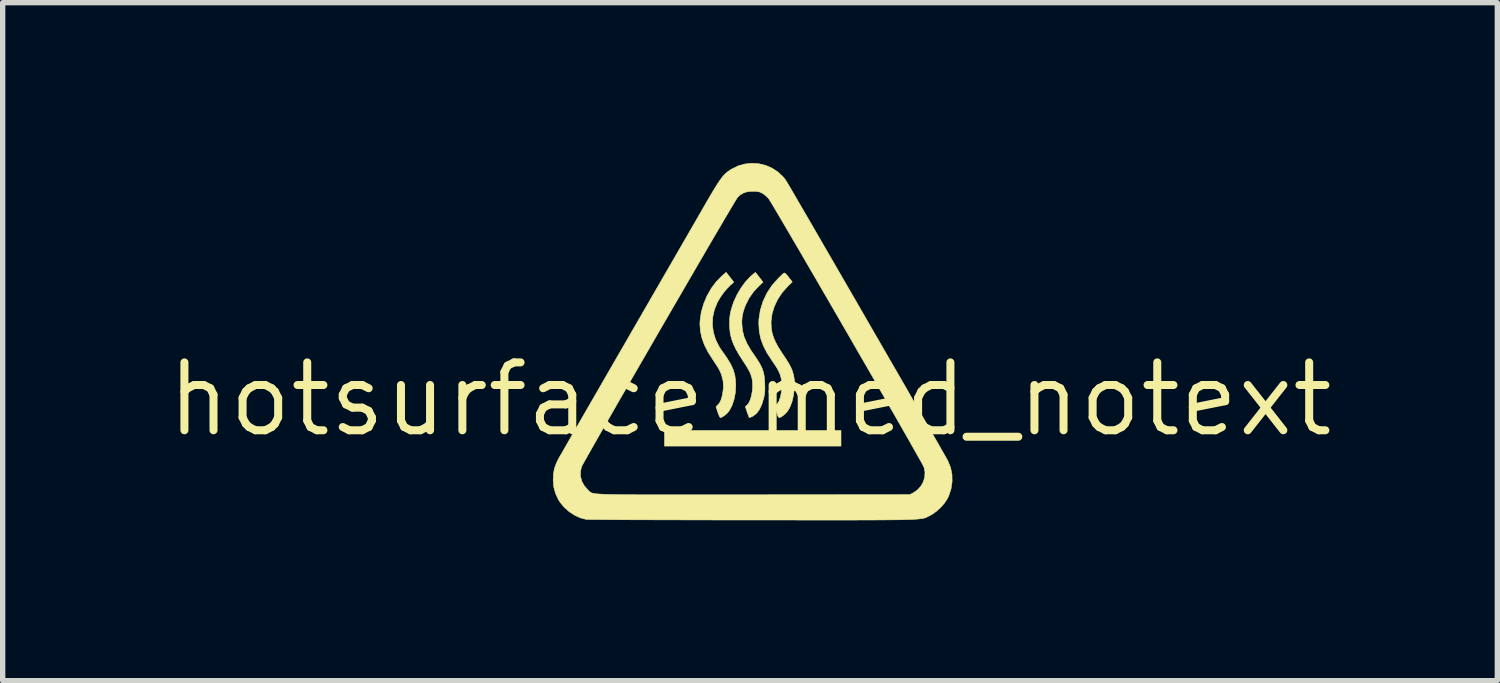
<source format=kicad_pcb>
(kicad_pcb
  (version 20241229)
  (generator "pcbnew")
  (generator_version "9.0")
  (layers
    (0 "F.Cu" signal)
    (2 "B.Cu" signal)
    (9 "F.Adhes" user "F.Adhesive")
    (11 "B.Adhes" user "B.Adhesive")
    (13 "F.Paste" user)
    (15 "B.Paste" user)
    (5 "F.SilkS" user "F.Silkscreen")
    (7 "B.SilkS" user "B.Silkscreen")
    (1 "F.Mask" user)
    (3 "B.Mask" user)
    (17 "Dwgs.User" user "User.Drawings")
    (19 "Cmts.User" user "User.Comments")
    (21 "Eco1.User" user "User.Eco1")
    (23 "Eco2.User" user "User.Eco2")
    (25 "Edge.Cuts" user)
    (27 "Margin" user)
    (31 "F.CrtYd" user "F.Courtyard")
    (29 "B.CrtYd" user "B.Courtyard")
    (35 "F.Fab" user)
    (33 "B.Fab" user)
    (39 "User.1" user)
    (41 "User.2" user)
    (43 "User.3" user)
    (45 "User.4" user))
  (footprint "hotsurface_med_notext"
    (layer "F.Cu")
    (at 10.984 4.421)
    (property "Reference" "hotsurface_med_notext" (at 0 0 0) (layer "F.SilkS") (effects (font (size 1.27 1.27) (thickness 0.15))))
    (attr through_hole)
    (fp_poly (pts (xy 1.702 0.876) (xy -1.6 0.876) (xy -1.6 0.584) (xy 1.702 0.584) (xy 1.702 0.876)) (stroke (width 0.01) (type solid)) (fill yes) (layer "F.SilkS"))
    (fp_poly (pts (xy -0.375 -2.283) (xy -0.304 -2.192) (xy -0.378 -2.126) (xy -0.437 -2.065) (xy -0.499 -1.989) (xy -0.558 -1.905) (xy -0.607 -1.822) (xy -0.613 -1.809) (xy -0.668 -1.673) (xy -0.698 -1.534) (xy -0.704 -1.393) (xy -0.686 -1.253) (xy -0.644 -1.116) (xy -0.578 -0.984) (xy -0.541 -0.927) (xy -0.491 -0.857) (xy -0.453 -0.803) (xy -0.424 -0.759) (xy -0.4 -0.72) (xy -0.377 -0.682) (xy -0.357 -0.646) (xy -0.313 -0.549) (xy -0.284 -0.449) (xy -0.27 -0.336) (xy -0.267 -0.254) (xy -0.275 -0.122) (xy -0.299 0.003) (xy -0.337 0.116) (xy -0.388 0.212) (xy -0.398 0.227) (xy -0.429 0.262) (xy -0.468 0.296) (xy -0.508 0.324) (xy -0.543 0.341) (xy -0.556 0.343) (xy -0.566 0.332) (xy -0.58 0.302) (xy -0.597 0.259) (xy -0.603 0.241) (xy -0.637 0.139) (xy -0.606 0.109) (xy -0.575 0.074) (xy -0.55 0.03) (xy -0.53 -0.028) (xy -0.516 -0.085) (xy -0.497 -0.215) (xy -0.503 -0.338) (xy -0.532 -0.456) (xy -0.567 -0.537) (xy -0.587 -0.574) (xy -0.618 -0.625) (xy -0.656 -0.682) (xy -0.692 -0.737) (xy -0.784 -0.881) (xy -0.853 -1.017) (xy -0.901 -1.149) (xy -0.929 -1.278) (xy -0.938 -1.407) (xy -0.935 -1.472) (xy -0.913 -1.628) (xy -0.868 -1.784) (xy -0.805 -1.934) (xy -0.725 -2.075) (xy -0.63 -2.202) (xy -0.523 -2.31) (xy -0.518 -2.315) (xy -0.447 -2.375) (xy -0.375 -2.283)) (stroke (width 0.01) (type solid)) (fill yes) (layer "F.SilkS"))
    (fp_poly (pts (xy 0.652 -2.36) (xy 0.677 -2.338) (xy 0.713 -2.296) (xy 0.722 -2.284) (xy 0.79 -2.196) (xy 0.708 -2.116) (xy 0.603 -1.999) (xy 0.518 -1.871) (xy 0.454 -1.737) (xy 0.412 -1.598) (xy 0.394 -1.459) (xy 0.394 -1.429) (xy 0.398 -1.334) (xy 0.413 -1.244) (xy 0.44 -1.156) (xy 0.48 -1.064) (xy 0.535 -0.964) (xy 0.607 -0.852) (xy 0.614 -0.842) (xy 0.677 -0.748) (xy 0.725 -0.67) (xy 0.762 -0.602) (xy 0.789 -0.539) (xy 0.808 -0.477) (xy 0.822 -0.411) (xy 0.831 -0.348) (xy 0.833 -0.284) (xy 0.829 -0.205) (xy 0.819 -0.119) (xy 0.804 -0.033) (xy 0.786 0.043) (xy 0.779 0.064) (xy 0.743 0.154) (xy 0.7 0.226) (xy 0.646 0.283) (xy 0.624 0.301) (xy 0.579 0.332) (xy 0.548 0.342) (xy 0.53 0.333) (xy 0.527 0.327) (xy 0.52 0.308) (xy 0.508 0.272) (xy 0.493 0.227) (xy 0.492 0.224) (xy 0.463 0.138) (xy 0.501 0.096) (xy 0.54 0.039) (xy 0.569 -0.04) (xy 0.588 -0.139) (xy 0.594 -0.217) (xy 0.595 -0.303) (xy 0.586 -0.38) (xy 0.567 -0.453) (xy 0.536 -0.527) (xy 0.49 -0.608) (xy 0.428 -0.7) (xy 0.413 -0.722) (xy 0.319 -0.866) (xy 0.248 -1.004) (xy 0.199 -1.141) (xy 0.172 -1.28) (xy 0.164 -1.423) (xy 0.167 -1.502) (xy 0.193 -1.669) (xy 0.243 -1.831) (xy 0.316 -1.985) (xy 0.41 -2.129) (xy 0.525 -2.259) (xy 0.566 -2.299) (xy 0.601 -2.333) (xy 0.627 -2.356) (xy 0.637 -2.363) (xy 0.652 -2.36)) (stroke (width 0.01) (type solid)) (fill yes) (layer "F.SilkS"))
    (fp_poly (pts (xy 0.172 -2.284) (xy 0.243 -2.192) (xy 0.168 -2.122) (xy 0.066 -2.013) (xy -0.017 -1.895) (xy -0.084 -1.761) (xy -0.093 -1.739) (xy -0.125 -1.648) (xy -0.144 -1.564) (xy -0.153 -1.477) (xy -0.153 -1.423) (xy -0.143 -1.295) (xy -0.111 -1.168) (xy -0.056 -1.041) (xy 0.021 -0.91) (xy 0.043 -0.878) (xy 0.109 -0.782) (xy 0.162 -0.7) (xy 0.202 -0.63) (xy 0.231 -0.566) (xy 0.251 -0.504) (xy 0.264 -0.439) (xy 0.272 -0.368) (xy 0.276 -0.298) (xy 0.278 -0.222) (xy 0.277 -0.162) (xy 0.273 -0.112) (xy 0.265 -0.063) (xy 0.256 -0.022) (xy 0.22 0.097) (xy 0.174 0.194) (xy 0.119 0.266) (xy 0.055 0.315) (xy 0.05 0.318) (xy 0.017 0.333) (xy -0.005 0.342) (xy -0.009 0.343) (xy -0.018 0.332) (xy -0.031 0.302) (xy -0.047 0.259) (xy -0.054 0.24) (xy -0.088 0.136) (xy -0.058 0.113) (xy -0.026 0.074) (xy 0.003 0.015) (xy 0.025 -0.058) (xy 0.041 -0.142) (xy 0.049 -0.229) (xy 0.048 -0.303) (xy 0.041 -0.369) (xy 0.026 -0.43) (xy 0.004 -0.492) (xy -0.031 -0.559) (xy -0.078 -0.638) (xy -0.12 -0.702) (xy -0.201 -0.827) (xy -0.265 -0.939) (xy -0.313 -1.041) (xy -0.348 -1.138) (xy -0.37 -1.233) (xy -0.381 -1.332) (xy -0.384 -1.41) (xy -0.382 -1.491) (xy -0.376 -1.559) (xy -0.365 -1.624) (xy -0.351 -1.682) (xy -0.306 -1.82) (xy -0.244 -1.955) (xy -0.168 -2.084) (xy -0.083 -2.2) (xy 0.009 -2.298) (xy 0.036 -2.321) (xy 0.1 -2.375) (xy 0.172 -2.284)) (stroke (width 0.01) (type solid)) (fill yes) (layer "F.SilkS"))
    (fp_poly (pts (xy 0.165 -4.407) (xy 0.291 -4.377) (xy 0.41 -4.326) (xy 0.52 -4.254) (xy 0.617 -4.164) (xy 0.665 -4.104) (xy 0.675 -4.088) (xy 0.697 -4.052) (xy 0.73 -3.995) (xy 0.774 -3.921) (xy 0.828 -3.828) (xy 0.891 -3.72) (xy 0.962 -3.597) (xy 1.042 -3.46) (xy 1.129 -3.311) (xy 1.222 -3.15) (xy 1.321 -2.979) (xy 1.425 -2.799) (xy 1.534 -2.611) (xy 1.646 -2.417) (xy 1.762 -2.217) (xy 1.88 -2.013) (xy 2 -1.806) (xy 2.12 -1.597) (xy 2.241 -1.388) (xy 2.362 -1.178) (xy 2.482 -0.971) (xy 2.6 -0.766) (xy 2.716 -0.566) (xy 2.829 -0.37) (xy 2.938 -0.181) (xy 3.042 0.000357) (xy 3.141 0.173) (xy 3.235 0.336) (xy 3.322 0.487) (xy 3.402 0.627) (xy 3.474 0.752) (xy 3.538 0.863) (xy 3.592 0.959) (xy 3.637 1.037) (xy 3.671 1.097) (xy 3.693 1.137) (xy 3.703 1.156) (xy 3.753 1.279) (xy 3.779 1.41) (xy 3.781 1.543) (xy 3.761 1.677) (xy 3.718 1.806) (xy 3.693 1.858) (xy 3.643 1.936) (xy 3.576 2.014) (xy 3.498 2.087) (xy 3.417 2.147) (xy 3.365 2.176) (xy 3.348 2.185) (xy 3.332 2.193) (xy 3.317 2.201) (xy 3.302 2.208) (xy 3.286 2.215) (xy 3.269 2.221) (xy 3.248 2.226) (xy 3.223 2.231) (xy 3.193 2.235) (xy 3.158 2.239) (xy 3.115 2.243) (xy 3.065 2.246) (xy 3.006 2.249) (xy 2.938 2.251) (xy 2.858 2.253) (xy 2.767 2.255) (xy 2.663 2.256) (xy 2.546 2.257) (xy 2.414 2.258) (xy 2.267 2.259) (xy 2.103 2.259) (xy 1.921 2.26) (xy 1.721 2.26) (xy 1.501 2.26) (xy 1.261 2.26) (xy 1 2.26) (xy 0.716 2.259) (xy 0.409 2.259) (xy 0.078 2.259) (xy 0.034 2.259) (xy -0.249 2.259) (xy -0.525 2.259) (xy -0.792 2.258) (xy -1.05 2.258) (xy -1.298 2.257) (xy -1.534 2.257) (xy -1.757 2.256) (xy -1.967 2.255) (xy -2.162 2.255) (xy -2.341 2.254) (xy -2.503 2.253) (xy -2.647 2.252) (xy -2.772 2.251) (xy -2.877 2.25) (xy -2.96 2.249) (xy -3.021 2.248) (xy -3.059 2.247) (xy -3.071 2.246) (xy -3.18 2.217) (xy -3.288 2.166) (xy -3.39 2.098) (xy -3.481 2.015) (xy -3.557 1.923) (xy -3.587 1.875) (xy -3.64 1.759) (xy -3.672 1.642) (xy -3.683 1.516) (xy -3.683 1.502) (xy -3.677 1.391) (xy -3.67 1.351) (xy -3.174 1.351) (xy -3.172 1.444) (xy -3.148 1.534) (xy -3.102 1.618) (xy -3.037 1.692) (xy -3.026 1.702) (xy -3.017 1.712) (xy -3.009 1.721) (xy -3.001 1.729) (xy -2.992 1.737) (xy -2.981 1.744) (xy -2.968 1.75) (xy -2.95 1.756) (xy -2.928 1.761) (xy -2.9 1.766) (xy -2.864 1.77) (xy -2.822 1.773) (xy -2.77 1.776) (xy -2.709 1.779) (xy -2.637 1.781) (xy -2.553 1.783) (xy -2.457 1.784) (xy -2.347 1.786) (xy -2.222 1.786) (xy -2.082 1.787) (xy -1.925 1.788) (xy -1.751 1.788) (xy -1.558 1.788) (xy -1.346 1.788) (xy -1.113 1.788) (xy -0.859 1.787) (xy -0.582 1.787) (xy -0.282 1.787) (xy 0.042 1.787) (xy 0.064 1.787) (xy 2.991 1.784) (xy 3.055 1.75) (xy 3.134 1.696) (xy 3.198 1.625) (xy 3.243 1.544) (xy 3.269 1.455) (xy 3.274 1.364) (xy 3.256 1.274) (xy 3.254 1.27) (xy 3.245 1.251) (xy 3.224 1.211) (xy 3.191 1.151) (xy 3.147 1.074) (xy 3.094 0.979) (xy 3.031 0.869) (xy 2.96 0.743) (xy 2.881 0.605) (xy 2.795 0.454) (xy 2.703 0.293) (xy 2.604 0.121) (xy 2.501 -0.058) (xy 2.393 -0.246) (xy 2.282 -0.439) (xy 2.168 -0.637) (xy 2.051 -0.838) (xy 1.933 -1.043) (xy 1.815 -1.248) (xy 1.696 -1.453) (xy 1.578 -1.657) (xy 1.461 -1.859) (xy 1.346 -2.057) (xy 1.234 -2.25) (xy 1.125 -2.437) (xy 1.02 -2.617) (xy 0.921 -2.788) (xy 0.826 -2.949) (xy 0.738 -3.1) (xy 0.657 -3.238) (xy 0.584 -3.363) (xy 0.519 -3.473) (xy 0.463 -3.567) (xy 0.417 -3.645) (xy 0.381 -3.704) (xy 0.356 -3.743) (xy 0.343 -3.762) (xy 0.343 -3.763) (xy 0.301 -3.803) (xy 0.253 -3.84) (xy 0.224 -3.858) (xy 0.186 -3.876) (xy 0.151 -3.886) (xy 0.109 -3.891) (xy 0.051 -3.892) (xy -0.042 -3.886) (xy -0.118 -3.863) (xy -0.185 -3.823) (xy -0.233 -3.779) (xy -0.244 -3.763) (xy -0.266 -3.727) (xy -0.3 -3.671) (xy -0.344 -3.597) (xy -0.398 -3.506) (xy -0.462 -3.399) (xy -0.533 -3.277) (xy -0.613 -3.141) (xy -0.7 -2.993) (xy -0.793 -2.834) (xy -0.891 -2.665) (xy -0.995 -2.487) (xy -1.103 -2.301) (xy -1.214 -2.11) (xy -1.328 -1.913) (xy -1.445 -1.712) (xy -1.563 -1.509) (xy -1.682 -1.304) (xy -1.8 -1.099) (xy -1.918 -0.895) (xy -2.035 -0.693) (xy -2.15 -0.494) (xy -2.262 -0.3) (xy -2.37 -0.112) (xy -2.475 0.069) (xy -2.574 0.243) (xy -2.668 0.406) (xy -2.756 0.559) (xy -2.837 0.701) (xy -2.91 0.829) (xy -2.975 0.943) (xy -3.031 1.042) (xy -3.077 1.124) (xy -3.113 1.188) (xy -3.138 1.233) (xy -3.15 1.258) (xy -3.151 1.261) (xy -3.174 1.351) (xy -3.67 1.351) (xy -3.659 1.292) (xy -3.624 1.197) (xy -3.589 1.124) (xy -3.577 1.103) (xy -3.553 1.06) (xy -3.517 0.999) (xy -3.471 0.918) (xy -3.415 0.82) (xy -3.35 0.706) (xy -3.275 0.577) (xy -3.193 0.433) (xy -3.103 0.277) (xy -3.006 0.109) (xy -2.903 -0.069) (xy -2.795 -0.257) (xy -2.681 -0.454) (xy -2.564 -0.657) (xy -2.443 -0.867) (xy -2.331 -1.06) (xy -2.204 -1.281) (xy -2.077 -1.5) (xy -1.952 -1.717) (xy -1.829 -1.93) (xy -1.709 -2.137) (xy -1.593 -2.338) (xy -1.482 -2.53) (xy -1.377 -2.712) (xy -1.278 -2.883) (xy -1.186 -3.042) (xy -1.103 -3.187) (xy -1.028 -3.316) (xy -0.964 -3.428) (xy -0.909 -3.522) (xy -0.867 -3.596) (xy -0.848 -3.629) (xy -0.773 -3.758) (xy -0.709 -3.867) (xy -0.654 -3.958) (xy -0.607 -4.033) (xy -0.565 -4.095) (xy -0.529 -4.146) (xy -0.495 -4.187) (xy -0.462 -4.22) (xy -0.429 -4.249) (xy -0.393 -4.275) (xy -0.355 -4.3) (xy -0.34 -4.309) (xy -0.22 -4.368) (xy -0.093 -4.403) (xy 0.036 -4.416) (xy 0.165 -4.407)) (stroke (width 0.01) (type solid)) (fill yes) (layer "F.SilkS")))
  (gr_rect
    (start -3 -3)
    (end 24.967 9.686)
    (stroke (width 0.1) (type default))
    (fill no)
    (layer "Edge.Cuts")))
</source>
